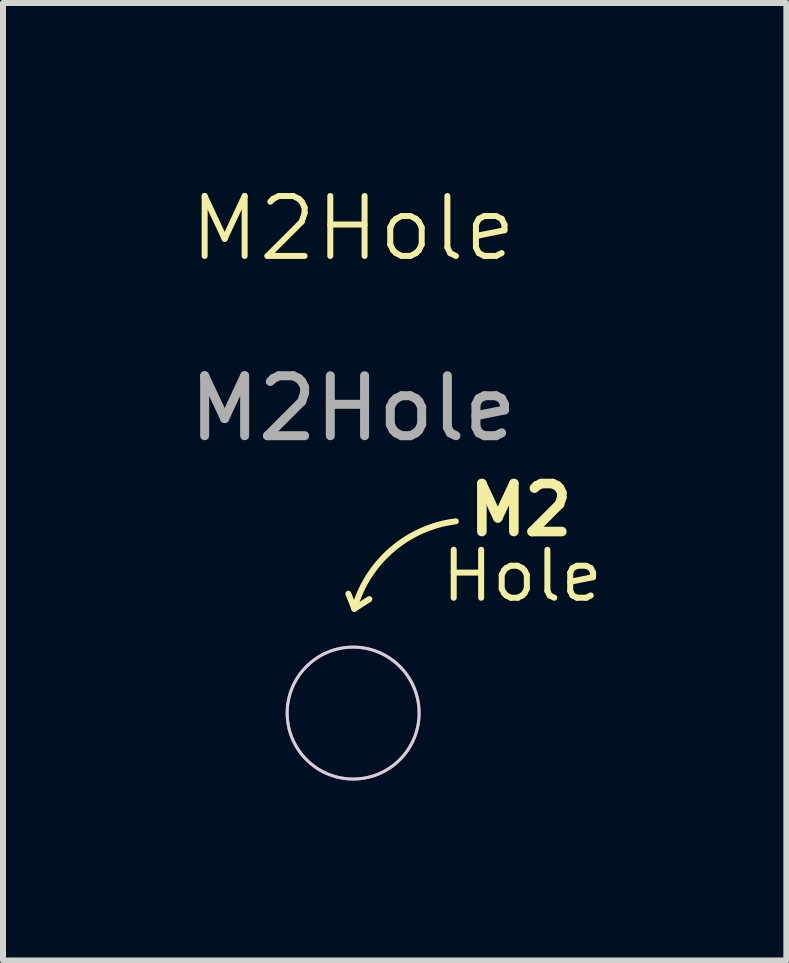
<source format=kicad_pcb>
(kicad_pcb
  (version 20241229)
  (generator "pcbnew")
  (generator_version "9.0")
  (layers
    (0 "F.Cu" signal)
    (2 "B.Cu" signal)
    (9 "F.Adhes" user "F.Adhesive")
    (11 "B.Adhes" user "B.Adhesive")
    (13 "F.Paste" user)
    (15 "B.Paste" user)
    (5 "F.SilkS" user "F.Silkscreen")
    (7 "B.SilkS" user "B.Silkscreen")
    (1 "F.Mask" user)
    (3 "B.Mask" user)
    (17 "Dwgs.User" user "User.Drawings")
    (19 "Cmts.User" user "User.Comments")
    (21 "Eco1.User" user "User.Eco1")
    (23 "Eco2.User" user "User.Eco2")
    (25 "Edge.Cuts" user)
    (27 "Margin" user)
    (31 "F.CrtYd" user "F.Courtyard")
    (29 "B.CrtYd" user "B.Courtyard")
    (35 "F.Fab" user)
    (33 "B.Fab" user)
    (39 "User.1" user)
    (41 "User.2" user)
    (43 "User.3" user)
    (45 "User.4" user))
  (footprint "M2Hole"
    (layer "F.Cu")
    (at 2.839 8.841)
    (property "Reference" "M2Hole" (at 0 -8.08 0) (unlocked yes) (layer "F.SilkS") (effects (font (size 1 1) (thickness 0.1))))
    (attr smd)
    (fp_line (start -0.08 -1.99) (end 0.02 -1.74) (stroke (width 0.1) (type default)) (layer "F.SilkS"))
    (fp_line (start 0.02 -1.74) (end 0.27 -1.9) (stroke (width 0.1) (type default)) (layer "F.SilkS"))
    (fp_arc (start 0.020001 -1.74) (mid 0.645836 -2.724398) (end 1.712022 -3.197637) (stroke (width 0.1) (type default)) (layer "F.SilkS"))
    (fp_circle (center 0 0) (end 1.1 0) (stroke (width 0.05) (type default)) (fill no) (layer "Edge.Cuts"))
    (fp_circle (center 0 0) (end 1.1 0) (stroke (width 0.05) (type default)) (fill no) (layer "F.CrtYd"))
    (fp_text user "Hole" (at 2.82 -1.82 0) (unlocked yes) (layer "F.SilkS") (effects (font (size 0.8 0.8) (thickness 0.1)) (justify bottom)))
    (fp_text user "M2" (at 2.794 -2.921 0) (unlocked yes) (layer "F.SilkS") (effects (font (size 0.8 0.8) (thickness 0.16) (bold yes)) (justify bottom)))
    (fp_text user "${REFERENCE}" (at 0 -5.08 0) (unlocked yes) (layer "F.Fab") (effects (font (size 1 1) (thickness 0.15)))))
  (gr_rect
    (start -3 -3)
    (end 10.063 12.966)
    (stroke (width 0.1) (type default))
    (fill no)
    (layer "Edge.Cuts")))
</source>
